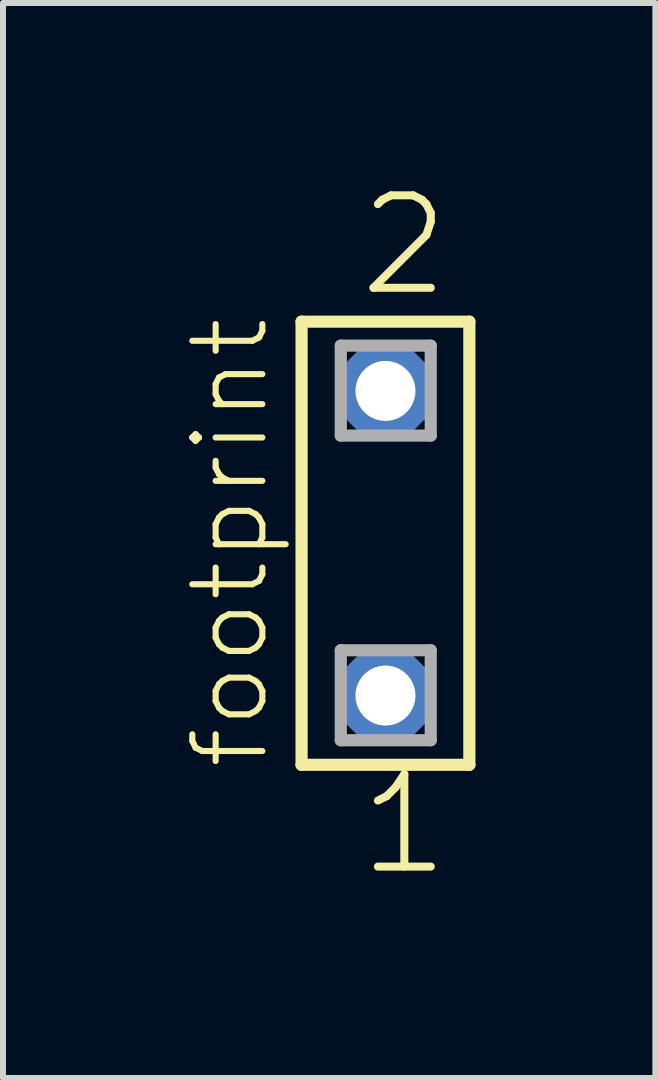
<source format=kicad_pcb>
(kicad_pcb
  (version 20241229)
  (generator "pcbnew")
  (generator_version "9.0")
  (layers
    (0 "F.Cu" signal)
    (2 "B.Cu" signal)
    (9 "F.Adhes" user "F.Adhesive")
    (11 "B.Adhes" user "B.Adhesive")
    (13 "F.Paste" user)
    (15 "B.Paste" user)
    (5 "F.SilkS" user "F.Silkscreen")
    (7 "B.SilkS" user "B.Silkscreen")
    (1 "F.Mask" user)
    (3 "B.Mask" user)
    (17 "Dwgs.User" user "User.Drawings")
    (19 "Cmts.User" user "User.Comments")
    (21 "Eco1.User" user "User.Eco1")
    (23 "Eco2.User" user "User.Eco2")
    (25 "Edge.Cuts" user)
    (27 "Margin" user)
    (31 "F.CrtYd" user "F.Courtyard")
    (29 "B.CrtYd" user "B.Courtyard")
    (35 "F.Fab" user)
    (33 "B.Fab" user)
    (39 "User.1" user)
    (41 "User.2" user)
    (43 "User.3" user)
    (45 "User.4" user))
  (footprint "footprint"
    (layer "F.Cu")
    (at 3.378 6.009)
    (property "Reference" "footprint" (at -1.905 3.81 90) (layer "F.SilkS") (effects (font (size 1.168 1.168) (thickness 0.102)) (justify left bottom)))
    (fp_line (start -1.399 -3.695) (end 1.399 -3.695) (stroke (width 0.203) (type solid)) (layer "F.SilkS"))
    (fp_line (start -1.399 3.695) (end -1.399 -3.695) (stroke (width 0.203) (type solid)) (layer "F.SilkS"))
    (fp_line (start 1.399 -3.695) (end 1.399 3.695) (stroke (width 0.203) (type solid)) (layer "F.SilkS"))
    (fp_line (start 1.399 3.695) (end -1.399 3.695) (stroke (width 0.203) (type solid)) (layer "F.SilkS"))
    (fp_line (start -0.745 -3.295) (end 0.755 -3.295) (stroke (width 0.203) (type solid)) (layer "F.Fab"))
    (fp_line (start -0.745 -1.795) (end -0.745 -3.295) (stroke (width 0.203) (type solid)) (layer "F.Fab"))
    (fp_line (start -0.745 1.785) (end 0.755 1.785) (stroke (width 0.203) (type solid)) (layer "F.Fab"))
    (fp_line (start -0.745 3.285) (end -0.745 1.785) (stroke (width 0.203) (type solid)) (layer "F.Fab"))
    (fp_line (start 0.755 -3.295) (end 0.755 -1.795) (stroke (width 0.203) (type solid)) (layer "F.Fab"))
    (fp_line (start 0.755 -1.795) (end -0.745 -1.795) (stroke (width 0.203) (type solid)) (layer "F.Fab"))
    (fp_line (start 0.755 1.785) (end 0.755 3.285) (stroke (width 0.203) (type solid)) (layer "F.Fab"))
    (fp_line (start 0.755 3.285) (end -0.745 3.285) (stroke (width 0.203) (type solid)) (layer "F.Fab"))
    (fp_text user "2" (at -0.508 -4.064 0) (layer "F.SilkS") (effects (font (size 1.542 1.542) (thickness 0.134)) (justify left bottom)))
    (fp_text user "1" (at -0.508 5.588 0) (layer "F.SilkS") (effects (font (size 1.542 1.542) (thickness 0.134)) (justify left bottom)))
    (pad "1" thru_hole roundrect (at 0 2.54) (size 1.5 1.5) (drill 1) (layers "*.Cu" "*.Mask") (roundrect_rratio 0.25) (chamfer_ratio 0.25) (chamfer top_left top_right bottom_left bottom_right))
    (pad "2" thru_hole roundrect (at 0 -2.54) (size 1.5 1.5) (drill 1) (layers "*.Cu" "*.Mask") (roundrect_rratio 0.25) (chamfer_ratio 0.25) (chamfer top_left top_right bottom_left bottom_right)))
  (gr_rect
    (start -3 -3)
    (end 7.879 14.927)
    (stroke (width 0.1) (type default))
    (fill no)
    (layer "Edge.Cuts")))
</source>
